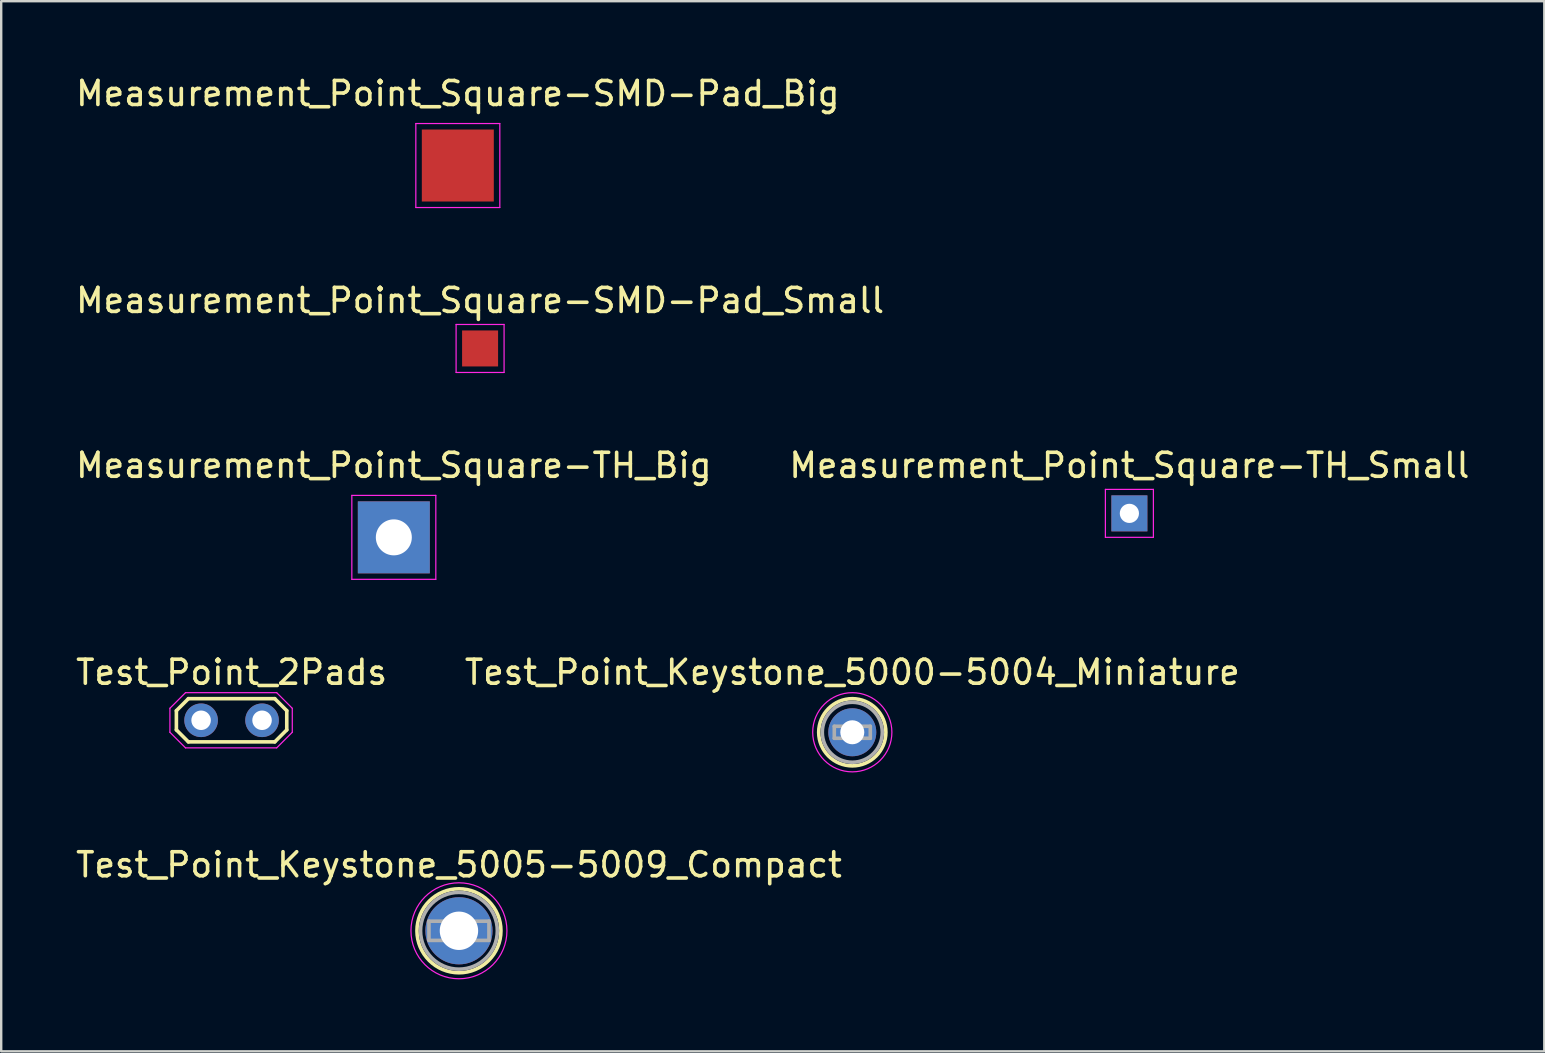
<source format=kicad_pcb>
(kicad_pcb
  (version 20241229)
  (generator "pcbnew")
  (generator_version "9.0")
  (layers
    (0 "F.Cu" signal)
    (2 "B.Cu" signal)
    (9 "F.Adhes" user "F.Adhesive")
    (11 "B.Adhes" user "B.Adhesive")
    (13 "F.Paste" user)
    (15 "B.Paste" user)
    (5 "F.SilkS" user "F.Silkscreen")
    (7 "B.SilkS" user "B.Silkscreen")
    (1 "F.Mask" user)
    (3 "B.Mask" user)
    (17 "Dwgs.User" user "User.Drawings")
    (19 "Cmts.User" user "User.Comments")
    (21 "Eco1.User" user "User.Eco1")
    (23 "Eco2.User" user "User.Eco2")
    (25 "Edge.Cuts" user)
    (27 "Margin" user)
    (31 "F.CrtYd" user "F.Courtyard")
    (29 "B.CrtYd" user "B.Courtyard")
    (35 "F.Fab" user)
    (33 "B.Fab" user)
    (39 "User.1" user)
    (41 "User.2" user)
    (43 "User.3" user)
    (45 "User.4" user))
  (footprint "Measurement_Point_Square-SMD-Pad_Big"
    (layer "F.Cu")
    (at 16.03 3.848)
    (property "Reference" "Measurement_Point_Square-SMD-Pad_Big" (at 0 -3 0) (layer "F.SilkS") (effects (font (size 1 1) (thickness 0.15))))
    (attr exclude_from_pos_files exclude_from_bom)
    (fp_line (start -1.75 -1.75) (end 1.75 -1.75) (stroke (width 0.05) (type solid)) (layer "F.CrtYd"))
    (fp_line (start -1.75 1.75) (end -1.75 -1.75) (stroke (width 0.05) (type solid)) (layer "F.CrtYd"))
    (fp_line (start 1.75 -1.75) (end 1.75 1.75) (stroke (width 0.05) (type solid)) (layer "F.CrtYd"))
    (fp_line (start 1.75 1.75) (end -1.75 1.75) (stroke (width 0.05) (type solid)) (layer "F.CrtYd"))
    (pad "1" smd rect (at 0 0) (size 3 3) (layers "F.Cu" "F.Mask")))
  (footprint "Test_Point_2Pads"
    (layer "F.Cu")
    (at 5.331 26.968)
    (property "Reference" "Test_Point_2Pads" (at 1.27 -2 0) (layer "F.SilkS") (effects (font (size 1 1) (thickness 0.15))))
    (attr exclude_from_pos_files exclude_from_bom)
    (fp_line (start -1.03 -0.4) (end -0.53 -0.9) (stroke (width 0.15) (type solid)) (layer "F.SilkS"))
    (fp_line (start -1.03 0.4) (end -1.03 -0.4) (stroke (width 0.15) (type solid)) (layer "F.SilkS"))
    (fp_line (start -0.53 -0.9) (end 3.07 -0.9) (stroke (width 0.15) (type solid)) (layer "F.SilkS"))
    (fp_line (start -0.53 0.9) (end -1.03 0.4) (stroke (width 0.15) (type solid)) (layer "F.SilkS"))
    (fp_line (start 3.07 -0.9) (end 3.57 -0.4) (stroke (width 0.15) (type solid)) (layer "F.SilkS"))
    (fp_line (start 3.07 0.9) (end -0.53 0.9) (stroke (width 0.15) (type solid)) (layer "F.SilkS"))
    (fp_line (start 3.57 -0.4) (end 3.57 0.4) (stroke (width 0.15) (type solid)) (layer "F.SilkS"))
    (fp_line (start 3.57 0.4) (end 3.07 0.9) (stroke (width 0.15) (type solid)) (layer "F.SilkS"))
    (fp_line (start -1.3 -0.5) (end -1.3 0.5) (stroke (width 0.05) (type solid)) (layer "F.CrtYd"))
    (fp_line (start -1.3 0.5) (end -0.65 1.15) (stroke (width 0.05) (type solid)) (layer "F.CrtYd"))
    (fp_line (start -0.65 -1.15) (end -1.3 -0.5) (stroke (width 0.05) (type solid)) (layer "F.CrtYd"))
    (fp_line (start -0.65 1.15) (end 3.15 1.15) (stroke (width 0.05) (type solid)) (layer "F.CrtYd"))
    (fp_line (start 3.15 -1.15) (end -0.65 -1.15) (stroke (width 0.05) (type solid)) (layer "F.CrtYd"))
    (fp_line (start 3.15 1.15) (end 3.8 0.5) (stroke (width 0.05) (type solid)) (layer "F.CrtYd"))
    (fp_line (start 3.8 -0.5) (end 3.15 -1.15) (stroke (width 0.05) (type solid)) (layer "F.CrtYd"))
    (fp_line (start 3.8 0.5) (end 3.8 -0.5) (stroke (width 0.05) (type solid)) (layer "F.CrtYd"))
    (pad "1" thru_hole circle (at 0 0) (size 1.4 1.4) (drill 0.813) (layers "*.Cu" "*.Mask"))
    (pad "2" thru_hole circle (at 2.54 0) (size 1.4 1.4) (drill 0.813) (layers "*.Cu" "*.Mask")))
  (footprint "Test_Point_Keystone_5000-5004_Miniature"
    (layer "F.Cu")
    (at 32.47 27.468)
    (property "Reference" "Test_Point_Keystone_5000-5004_Miniature" (at 0 -2.5 0) (layer "F.SilkS") (effects (font (size 1 1) (thickness 0.15))))
    (attr exclude_from_pos_files exclude_from_bom)
    (fp_circle (center 0 0) (end 1.4 0) (stroke (width 0.15) (type solid)) (fill no) (layer "F.SilkS"))
    (fp_circle (center 0 0) (end 1.65 0) (stroke (width 0.05) (type solid)) (fill no) (layer "F.CrtYd"))
    (fp_line (start -0.75 -0.25) (end 0.75 -0.25) (stroke (width 0.15) (type solid)) (layer "F.Fab"))
    (fp_line (start -0.75 0.25) (end -0.75 -0.25) (stroke (width 0.15) (type solid)) (layer "F.Fab"))
    (fp_line (start 0.75 -0.25) (end 0.75 0.25) (stroke (width 0.15) (type solid)) (layer "F.Fab"))
    (fp_line (start 0.75 0.25) (end -0.75 0.25) (stroke (width 0.15) (type solid)) (layer "F.Fab"))
    (fp_circle (center 0 0) (end 1.25 0) (stroke (width 0.15) (type solid)) (fill no) (layer "F.Fab"))
    (pad "1" thru_hole circle (at 0 0) (size 2 2) (drill 1) (layers "*.Cu" "*.Mask")))
  (footprint "Measurement_Point_Square-TH_Small"
    (layer "F.Cu")
    (at 44.018 18.345)
    (property "Reference" "Measurement_Point_Square-TH_Small" (at 0 -2 0) (layer "F.SilkS") (effects (font (size 1 1) (thickness 0.15))))
    (attr exclude_from_pos_files exclude_from_bom)
    (fp_line (start -1 -1) (end 1 -1) (stroke (width 0.05) (type solid)) (layer "F.CrtYd"))
    (fp_line (start -1 1) (end -1 -1) (stroke (width 0.05) (type solid)) (layer "F.CrtYd"))
    (fp_line (start 1 -1) (end 1 1) (stroke (width 0.05) (type solid)) (layer "F.CrtYd"))
    (fp_line (start 1 1) (end -1 1) (stroke (width 0.05) (type solid)) (layer "F.CrtYd"))
    (pad "1" thru_hole rect (at 0 0) (size 1.5 1.5) (drill 0.8) (layers "*.Cu" "*.Mask")))
  (footprint "Measurement_Point_Square-SMD-Pad_Small"
    (layer "F.Cu")
    (at 16.958 11.472)
    (property "Reference" "Measurement_Point_Square-SMD-Pad_Small" (at 0 -2 0) (layer "F.SilkS") (effects (font (size 1 1) (thickness 0.15))))
    (attr exclude_from_pos_files exclude_from_bom)
    (fp_line (start -1 -1) (end 1 -1) (stroke (width 0.05) (type solid)) (layer "F.CrtYd"))
    (fp_line (start -1 1) (end -1 -1) (stroke (width 0.05) (type solid)) (layer "F.CrtYd"))
    (fp_line (start 1 -1) (end 1 1) (stroke (width 0.05) (type solid)) (layer "F.CrtYd"))
    (fp_line (start 1 1) (end -1 1) (stroke (width 0.05) (type solid)) (layer "F.CrtYd"))
    (pad "1" smd rect (at 0 0) (size 1.5 1.5) (layers "F.Cu" "F.Mask")))
  (footprint "Measurement_Point_Square-TH_Big"
    (layer "F.Cu")
    (at 13.363 19.345)
    (property "Reference" "Measurement_Point_Square-TH_Big" (at 0 -3 0) (layer "F.SilkS") (effects (font (size 1 1) (thickness 0.15))))
    (attr exclude_from_pos_files exclude_from_bom)
    (fp_line (start -1.75 -1.75) (end 1.75 -1.75) (stroke (width 0.05) (type solid)) (layer "F.CrtYd"))
    (fp_line (start -1.75 1.75) (end -1.75 -1.75) (stroke (width 0.05) (type solid)) (layer "F.CrtYd"))
    (fp_line (start 1.75 -1.75) (end 1.75 1.75) (stroke (width 0.05) (type solid)) (layer "F.CrtYd"))
    (fp_line (start 1.75 1.75) (end -1.75 1.75) (stroke (width 0.05) (type solid)) (layer "F.CrtYd"))
    (pad "1" thru_hole rect (at 0 0) (size 3 3) (drill 1.5) (layers "*.Cu" "*.Mask")))
  (footprint "Test_Point_Keystone_5005-5009_Compact"
    (layer "F.Cu")
    (at 16.077 35.741)
    (property "Reference" "Test_Point_Keystone_5005-5009_Compact" (at 0 -2.75 0) (layer "F.SilkS") (effects (font (size 1 1) (thickness 0.15))))
    (attr exclude_from_pos_files exclude_from_bom)
    (fp_circle (center 0 0) (end 1.75 0) (stroke (width 0.15) (type solid)) (fill no) (layer "F.SilkS"))
    (fp_circle (center 0 0) (end 2 0) (stroke (width 0.05) (type solid)) (fill no) (layer "F.CrtYd"))
    (fp_line (start -1.25 -0.4) (end 1.25 -0.4) (stroke (width 0.15) (type solid)) (layer "F.Fab"))
    (fp_line (start -1.25 0.4) (end -1.25 -0.4) (stroke (width 0.15) (type solid)) (layer "F.Fab"))
    (fp_line (start 1.25 -0.4) (end 1.25 0.4) (stroke (width 0.15) (type solid)) (layer "F.Fab"))
    (fp_line (start 1.25 0.4) (end -1.25 0.4) (stroke (width 0.15) (type solid)) (layer "F.Fab"))
    (fp_circle (center 0 0) (end 1.6 0) (stroke (width 0.15) (type solid)) (fill no) (layer "F.Fab"))
    (pad "1" thru_hole circle (at 0 0) (size 2.8 2.8) (drill 1.6) (layers "*.Cu" "*.Mask")))
  (gr_rect
    (start -3 -3)
    (end 61.31 40.766)
    (stroke (width 0.1) (type default))
    (fill no)
    (layer "Edge.Cuts")))
</source>
